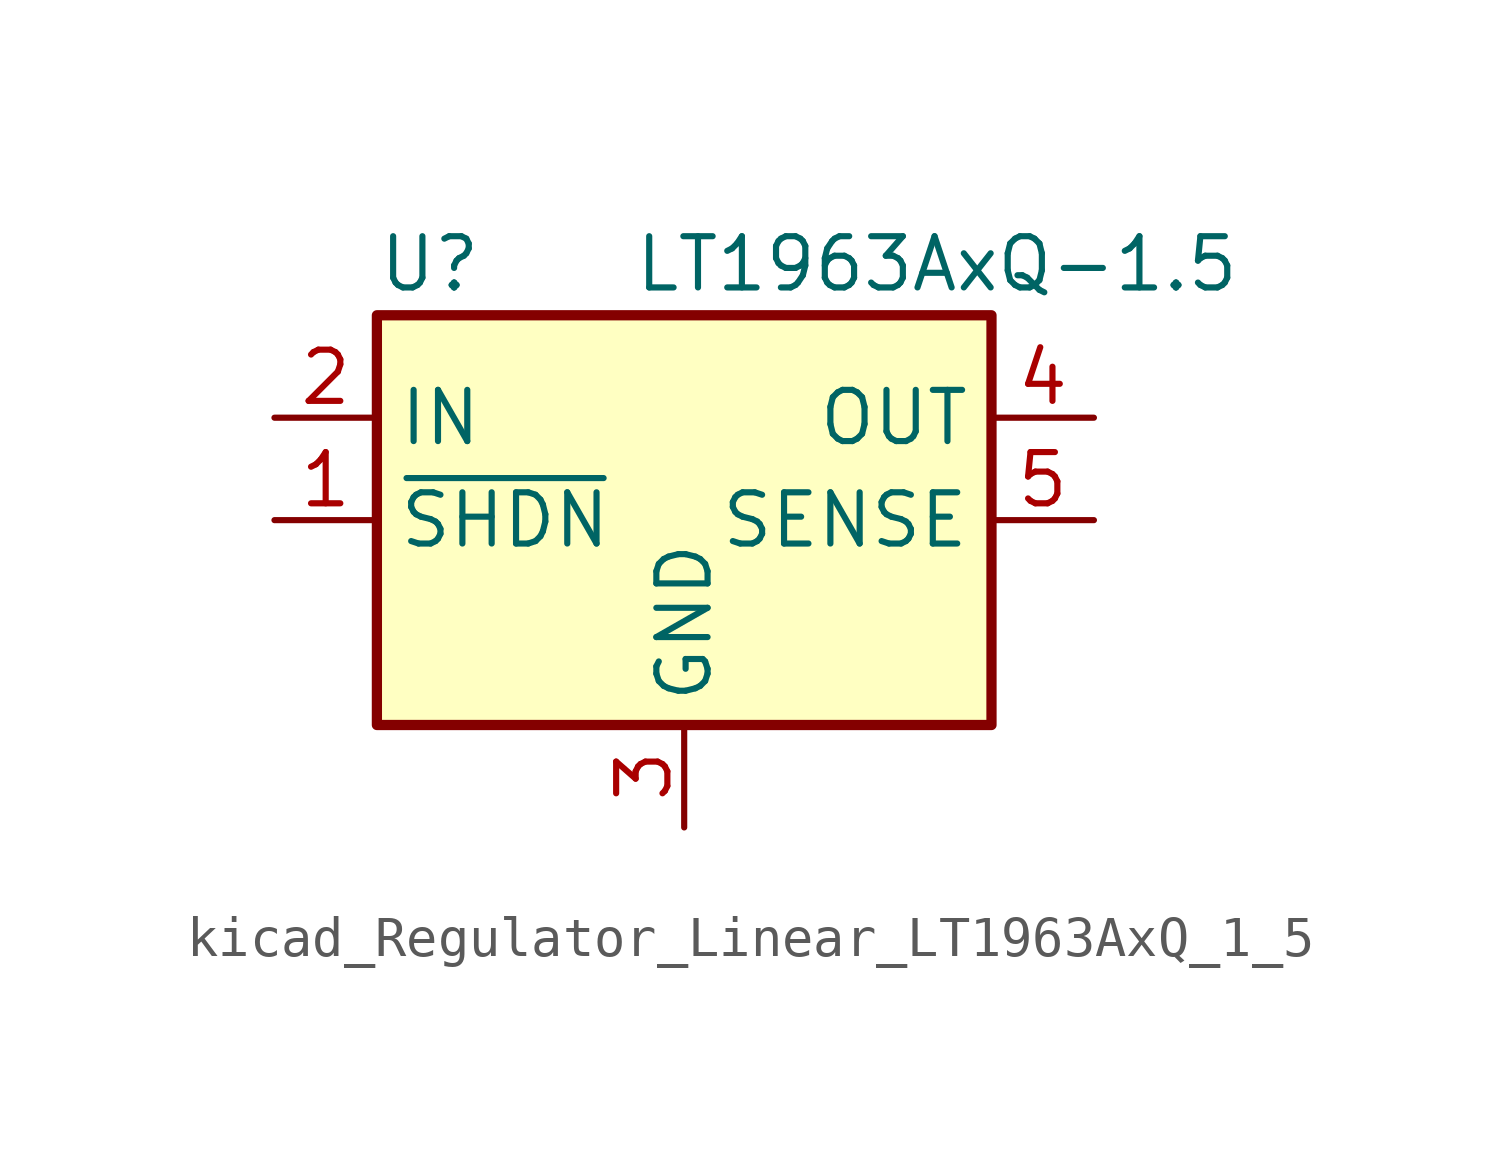
<source format=kicad_sym>
(kicad_symbol_lib
  (version 20220914)
  (generator kicad_symbol_editor)
  (symbol "kicad_Regulator_Linear_LT1963AxQ_1_5"
    (property "Reference" "U"
      (at -7.62 6.35 0)
      (effects (font (size 1.27 1.27)) (justify left)))
    (property "Value" "LT1963AxQ-1.5"
      (at -1.27 6.35 0)
      (effects (font (size 1.27 1.27)) (justify left)))
    (symbol "kicad_Regulator_Linear_LT1963AxQ_1_5_0_1"
      (rectangle (start -7.62 5.08) (end 7.62 -5.08) (stroke (width 0.254) (type default)) (fill (type background))))
    (symbol "kicad_Regulator_Linear_LT1963AxQ_1_5_1_1"
      (pin input line (at -10.16 0 0) (length 2.54) (name "~{SHDN}" (effects (font (size 1.27 1.27)))) (number "1" (effects (font (size 1.27 1.27)))))
      (pin power_in line (at -10.16 2.54 0) (length 2.54) (name "IN" (effects (font (size 1.27 1.27)))) (number "2" (effects (font (size 1.27 1.27)))))
      (pin power_in line (at 0 -7.62 90) (length 2.54) (name "GND" (effects (font (size 1.27 1.27)))) (number "3" (effects (font (size 1.27 1.27)))))
      (pin power_out line (at 10.16 2.54 180) (length 2.54) (name "OUT" (effects (font (size 1.27 1.27)))) (number "4" (effects (font (size 1.27 1.27)))))
      (pin input line (at 10.16 0 180) (length 2.54) (name "SENSE" (effects (font (size 1.27 1.27)))) (number "5" (effects (font (size 1.27 1.27))))))))
</source>
